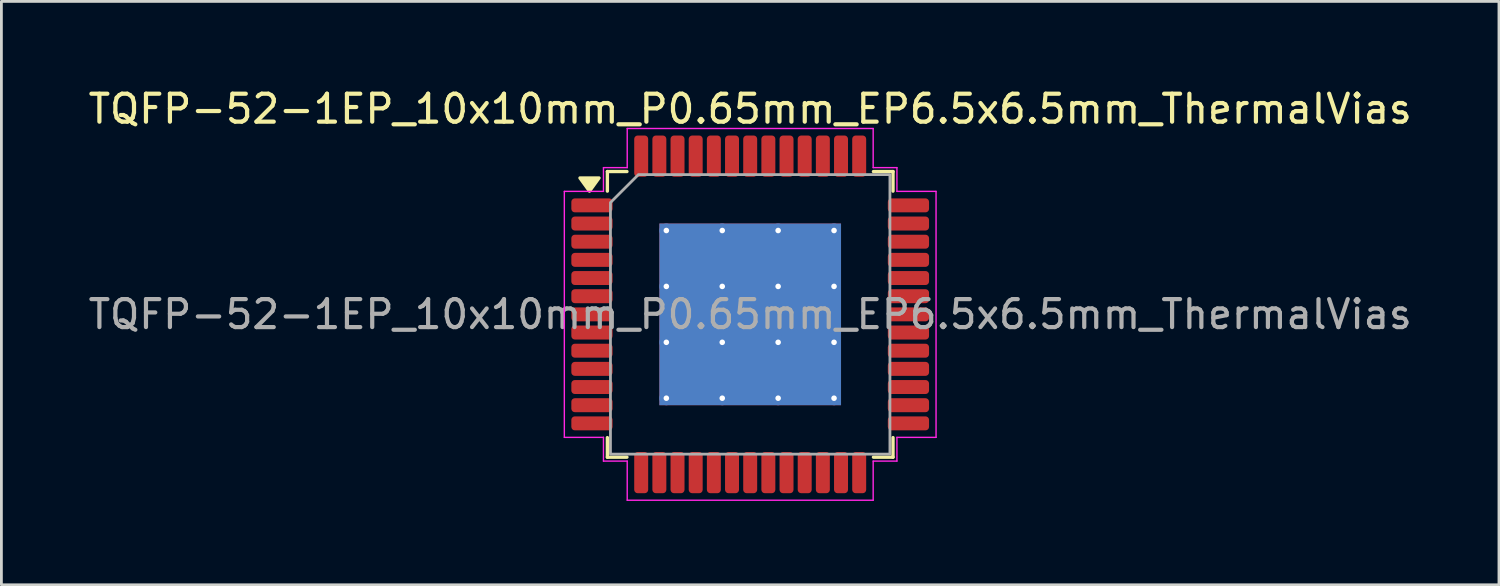
<source format=kicad_pcb>
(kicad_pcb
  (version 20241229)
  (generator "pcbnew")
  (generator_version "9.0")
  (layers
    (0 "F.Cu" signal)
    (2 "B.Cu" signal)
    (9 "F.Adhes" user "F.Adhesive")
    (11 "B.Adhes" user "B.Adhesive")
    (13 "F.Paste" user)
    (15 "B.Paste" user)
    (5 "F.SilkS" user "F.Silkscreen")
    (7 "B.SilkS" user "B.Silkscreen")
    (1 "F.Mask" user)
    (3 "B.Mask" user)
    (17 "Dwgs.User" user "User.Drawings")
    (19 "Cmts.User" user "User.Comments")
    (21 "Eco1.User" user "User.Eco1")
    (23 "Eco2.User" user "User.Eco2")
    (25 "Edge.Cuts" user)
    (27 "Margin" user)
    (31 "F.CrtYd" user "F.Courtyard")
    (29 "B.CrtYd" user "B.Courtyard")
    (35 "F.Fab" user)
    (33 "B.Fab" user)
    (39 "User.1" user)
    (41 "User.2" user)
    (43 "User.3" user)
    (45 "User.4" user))
  (footprint "TQFP-52-1EP_10x10mm_P0.65mm_EP6.5x6.5mm_ThermalVias"
    (layer "F.Cu")
    (at 23.792 8.198)
    (property "Reference" "TQFP-52-1EP_10x10mm_P0.65mm_EP6.5x6.5mm_ThermalVias" (at 0 -7.35 0) (layer "F.SilkS") (effects (font (size 1 1) (thickness 0.15))))
    (attr smd)
    (fp_line (start -5.11 -5.11) (end -4.41 -5.11) (stroke (width 0.12) (type solid)) (layer "F.SilkS"))
    (fp_line (start -5.11 -4.41) (end -5.11 -5.11) (stroke (width 0.12) (type solid)) (layer "F.SilkS"))
    (fp_line (start -5.11 5.11) (end -5.11 4.41) (stroke (width 0.12) (type solid)) (layer "F.SilkS"))
    (fp_line (start -4.41 5.11) (end -5.11 5.11) (stroke (width 0.12) (type solid)) (layer "F.SilkS"))
    (fp_line (start 4.41 -5.11) (end 5.11 -5.11) (stroke (width 0.12) (type solid)) (layer "F.SilkS"))
    (fp_line (start 5.11 -5.11) (end 5.11 -4.41) (stroke (width 0.12) (type solid)) (layer "F.SilkS"))
    (fp_line (start 5.11 4.41) (end 5.11 5.11) (stroke (width 0.12) (type solid)) (layer "F.SilkS"))
    (fp_line (start 5.11 5.11) (end 4.41 5.11) (stroke (width 0.12) (type solid)) (layer "F.SilkS"))
    (fp_poly (pts (xy -5.75 -4.41) (xy -6.09 -4.88) (xy -5.41 -4.88)) (stroke (width 0.12) (type solid)) (fill yes) (layer "F.SilkS"))
    (fp_line (start -6.65 -4.4) (end -5.25 -4.4) (stroke (width 0.05) (type solid)) (layer "F.CrtYd"))
    (fp_line (start -6.65 4.4) (end -6.65 -4.4) (stroke (width 0.05) (type solid)) (layer "F.CrtYd"))
    (fp_line (start -5.25 -5.25) (end -4.4 -5.25) (stroke (width 0.05) (type solid)) (layer "F.CrtYd"))
    (fp_line (start -5.25 -4.4) (end -5.25 -5.25) (stroke (width 0.05) (type solid)) (layer "F.CrtYd"))
    (fp_line (start -5.25 4.4) (end -6.65 4.4) (stroke (width 0.05) (type solid)) (layer "F.CrtYd"))
    (fp_line (start -5.25 5.25) (end -5.25 4.4) (stroke (width 0.05) (type solid)) (layer "F.CrtYd"))
    (fp_line (start -4.4 -6.65) (end 4.4 -6.65) (stroke (width 0.05) (type solid)) (layer "F.CrtYd"))
    (fp_line (start -4.4 -5.25) (end -4.4 -6.65) (stroke (width 0.05) (type solid)) (layer "F.CrtYd"))
    (fp_line (start -4.4 5.25) (end -5.25 5.25) (stroke (width 0.05) (type solid)) (layer "F.CrtYd"))
    (fp_line (start -4.4 6.65) (end -4.4 5.25) (stroke (width 0.05) (type solid)) (layer "F.CrtYd"))
    (fp_line (start 4.4 -6.65) (end 4.4 -5.25) (stroke (width 0.05) (type solid)) (layer "F.CrtYd"))
    (fp_line (start 4.4 -5.25) (end 5.25 -5.25) (stroke (width 0.05) (type solid)) (layer "F.CrtYd"))
    (fp_line (start 4.4 5.25) (end 4.4 6.65) (stroke (width 0.05) (type solid)) (layer "F.CrtYd"))
    (fp_line (start 4.4 6.65) (end -4.4 6.65) (stroke (width 0.05) (type solid)) (layer "F.CrtYd"))
    (fp_line (start 5.25 -5.25) (end 5.25 -4.4) (stroke (width 0.05) (type solid)) (layer "F.CrtYd"))
    (fp_line (start 5.25 -4.4) (end 6.65 -4.4) (stroke (width 0.05) (type solid)) (layer "F.CrtYd"))
    (fp_line (start 5.25 4.4) (end 5.25 5.25) (stroke (width 0.05) (type solid)) (layer "F.CrtYd"))
    (fp_line (start 5.25 5.25) (end 4.4 5.25) (stroke (width 0.05) (type solid)) (layer "F.CrtYd"))
    (fp_line (start 6.65 -4.4) (end 6.65 4.4) (stroke (width 0.05) (type solid)) (layer "F.CrtYd"))
    (fp_line (start 6.65 4.4) (end 5.25 4.4) (stroke (width 0.05) (type solid)) (layer "F.CrtYd"))
    (fp_poly (pts (xy -5 -4) (xy -5 5) (xy 5 5) (xy 5 -5) (xy -4 -5)) (stroke (width 0.1) (type solid)) (fill no) (layer "F.Fab"))
    (fp_text user "${REFERENCE}" (at 0 0 0) (layer "F.Fab") (effects (font (size 1 1) (thickness 0.15))))
    (pad "" smd roundrect (at -2.6 -2.6) (size 1.05 1.05) (layers "F.Paste") (roundrect_rratio 0.238))
    (pad "" smd roundrect (at -2.6 -1.3) (size 1.05 1.05) (layers "F.Paste") (roundrect_rratio 0.238))
    (pad "" smd roundrect (at -2.6 0) (size 1.05 1.05) (layers "F.Paste") (roundrect_rratio 0.238))
    (pad "" smd roundrect (at -2.6 1.3) (size 1.05 1.05) (layers "F.Paste") (roundrect_rratio 0.238))
    (pad "" smd roundrect (at -2.6 2.6) (size 1.05 1.05) (layers "F.Paste") (roundrect_rratio 0.238))
    (pad "" smd roundrect (at -1.3 -2.6) (size 1.05 1.05) (layers "F.Paste") (roundrect_rratio 0.238))
    (pad "" smd roundrect (at -1.3 -1.3) (size 1.05 1.05) (layers "F.Paste") (roundrect_rratio 0.238))
    (pad "" smd roundrect (at -1.3 0) (size 1.05 1.05) (layers "F.Paste") (roundrect_rratio 0.238))
    (pad "" smd roundrect (at -1.3 1.3) (size 1.05 1.05) (layers "F.Paste") (roundrect_rratio 0.238))
    (pad "" smd roundrect (at -1.3 2.6) (size 1.05 1.05) (layers "F.Paste") (roundrect_rratio 0.238))
    (pad "" smd roundrect (at 0 -2.6) (size 1.05 1.05) (layers "F.Paste") (roundrect_rratio 0.238))
    (pad "" smd roundrect (at 0 -1.3) (size 1.05 1.05) (layers "F.Paste") (roundrect_rratio 0.238))
    (pad "" smd roundrect (at 0 0) (size 1.05 1.05) (layers "F.Paste") (roundrect_rratio 0.238))
    (pad "" smd roundrect (at 0 1.3) (size 1.05 1.05) (layers "F.Paste") (roundrect_rratio 0.238))
    (pad "" smd roundrect (at 0 2.6) (size 1.05 1.05) (layers "F.Paste") (roundrect_rratio 0.238))
    (pad "" smd roundrect (at 1.3 -2.6) (size 1.05 1.05) (layers "F.Paste") (roundrect_rratio 0.238))
    (pad "" smd roundrect (at 1.3 -1.3) (size 1.05 1.05) (layers "F.Paste") (roundrect_rratio 0.238))
    (pad "" smd roundrect (at 1.3 0) (size 1.05 1.05) (layers "F.Paste") (roundrect_rratio 0.238))
    (pad "" smd roundrect (at 1.3 1.3) (size 1.05 1.05) (layers "F.Paste") (roundrect_rratio 0.238))
    (pad "" smd roundrect (at 1.3 2.6) (size 1.05 1.05) (layers "F.Paste") (roundrect_rratio 0.238))
    (pad "" smd roundrect (at 2.6 -2.6) (size 1.05 1.05) (layers "F.Paste") (roundrect_rratio 0.238))
    (pad "" smd roundrect (at 2.6 -1.3) (size 1.05 1.05) (layers "F.Paste") (roundrect_rratio 0.238))
    (pad "" smd roundrect (at 2.6 0) (size 1.05 1.05) (layers "F.Paste") (roundrect_rratio 0.238))
    (pad "" smd roundrect (at 2.6 1.3) (size 1.05 1.05) (layers "F.Paste") (roundrect_rratio 0.238))
    (pad "" smd roundrect (at 2.6 2.6) (size 1.05 1.05) (layers "F.Paste") (roundrect_rratio 0.238))
    (pad "1" smd roundrect (at -5.662 -3.9) (size 1.475 0.5) (layers "F.Cu" "F.Mask" "F.Paste") (roundrect_rratio 0.25))
    (pad "2" smd roundrect (at -5.662 -3.25) (size 1.475 0.5) (layers "F.Cu" "F.Mask" "F.Paste") (roundrect_rratio 0.25))
    (pad "3" smd roundrect (at -5.662 -2.6) (size 1.475 0.5) (layers "F.Cu" "F.Mask" "F.Paste") (roundrect_rratio 0.25))
    (pad "4" smd roundrect (at -5.662 -1.95) (size 1.475 0.5) (layers "F.Cu" "F.Mask" "F.Paste") (roundrect_rratio 0.25))
    (pad "5" smd roundrect (at -5.662 -1.3) (size 1.475 0.5) (layers "F.Cu" "F.Mask" "F.Paste") (roundrect_rratio 0.25))
    (pad "6" smd roundrect (at -5.662 -0.65) (size 1.475 0.5) (layers "F.Cu" "F.Mask" "F.Paste") (roundrect_rratio 0.25))
    (pad "7" smd roundrect (at -5.662 0) (size 1.475 0.5) (layers "F.Cu" "F.Mask" "F.Paste") (roundrect_rratio 0.25))
    (pad "8" smd roundrect (at -5.662 0.65) (size 1.475 0.5) (layers "F.Cu" "F.Mask" "F.Paste") (roundrect_rratio 0.25))
    (pad "9" smd roundrect (at -5.662 1.3) (size 1.475 0.5) (layers "F.Cu" "F.Mask" "F.Paste") (roundrect_rratio 0.25))
    (pad "10" smd roundrect (at -5.662 1.95) (size 1.475 0.5) (layers "F.Cu" "F.Mask" "F.Paste") (roundrect_rratio 0.25))
    (pad "11" smd roundrect (at -5.662 2.6) (size 1.475 0.5) (layers "F.Cu" "F.Mask" "F.Paste") (roundrect_rratio 0.25))
    (pad "12" smd roundrect (at -5.662 3.25) (size 1.475 0.5) (layers "F.Cu" "F.Mask" "F.Paste") (roundrect_rratio 0.25))
    (pad "13" smd roundrect (at -5.662 3.9) (size 1.475 0.5) (layers "F.Cu" "F.Mask" "F.Paste") (roundrect_rratio 0.25))
    (pad "14" smd roundrect (at -3.9 5.662) (size 0.5 1.475) (layers "F.Cu" "F.Mask" "F.Paste") (roundrect_rratio 0.25))
    (pad "15" smd roundrect (at -3.25 5.662) (size 0.5 1.475) (layers "F.Cu" "F.Mask" "F.Paste") (roundrect_rratio 0.25))
    (pad "16" smd roundrect (at -2.6 5.662) (size 0.5 1.475) (layers "F.Cu" "F.Mask" "F.Paste") (roundrect_rratio 0.25))
    (pad "17" smd roundrect (at -1.95 5.662) (size 0.5 1.475) (layers "F.Cu" "F.Mask" "F.Paste") (roundrect_rratio 0.25))
    (pad "18" smd roundrect (at -1.3 5.662) (size 0.5 1.475) (layers "F.Cu" "F.Mask" "F.Paste") (roundrect_rratio 0.25))
    (pad "19" smd roundrect (at -0.65 5.662) (size 0.5 1.475) (layers "F.Cu" "F.Mask" "F.Paste") (roundrect_rratio 0.25))
    (pad "20" smd roundrect (at 0 5.662) (size 0.5 1.475) (layers "F.Cu" "F.Mask" "F.Paste") (roundrect_rratio 0.25))
    (pad "21" smd roundrect (at 0.65 5.662) (size 0.5 1.475) (layers "F.Cu" "F.Mask" "F.Paste") (roundrect_rratio 0.25))
    (pad "22" smd roundrect (at 1.3 5.662) (size 0.5 1.475) (layers "F.Cu" "F.Mask" "F.Paste") (roundrect_rratio 0.25))
    (pad "23" smd roundrect (at 1.95 5.662) (size 0.5 1.475) (layers "F.Cu" "F.Mask" "F.Paste") (roundrect_rratio 0.25))
    (pad "24" smd roundrect (at 2.6 5.662) (size 0.5 1.475) (layers "F.Cu" "F.Mask" "F.Paste") (roundrect_rratio 0.25))
    (pad "25" smd roundrect (at 3.25 5.662) (size 0.5 1.475) (layers "F.Cu" "F.Mask" "F.Paste") (roundrect_rratio 0.25))
    (pad "26" smd roundrect (at 3.9 5.662) (size 0.5 1.475) (layers "F.Cu" "F.Mask" "F.Paste") (roundrect_rratio 0.25))
    (pad "27" smd roundrect (at 5.662 3.9) (size 1.475 0.5) (layers "F.Cu" "F.Mask" "F.Paste") (roundrect_rratio 0.25))
    (pad "28" smd roundrect (at 5.662 3.25) (size 1.475 0.5) (layers "F.Cu" "F.Mask" "F.Paste") (roundrect_rratio 0.25))
    (pad "29" smd roundrect (at 5.662 2.6) (size 1.475 0.5) (layers "F.Cu" "F.Mask" "F.Paste") (roundrect_rratio 0.25))
    (pad "30" smd roundrect (at 5.662 1.95) (size 1.475 0.5) (layers "F.Cu" "F.Mask" "F.Paste") (roundrect_rratio 0.25))
    (pad "31" smd roundrect (at 5.662 1.3) (size 1.475 0.5) (layers "F.Cu" "F.Mask" "F.Paste") (roundrect_rratio 0.25))
    (pad "32" smd roundrect (at 5.662 0.65) (size 1.475 0.5) (layers "F.Cu" "F.Mask" "F.Paste") (roundrect_rratio 0.25))
    (pad "33" smd roundrect (at 5.662 0) (size 1.475 0.5) (layers "F.Cu" "F.Mask" "F.Paste") (roundrect_rratio 0.25))
    (pad "34" smd roundrect (at 5.662 -0.65) (size 1.475 0.5) (layers "F.Cu" "F.Mask" "F.Paste") (roundrect_rratio 0.25))
    (pad "35" smd roundrect (at 5.662 -1.3) (size 1.475 0.5) (layers "F.Cu" "F.Mask" "F.Paste") (roundrect_rratio 0.25))
    (pad "36" smd roundrect (at 5.662 -1.95) (size 1.475 0.5) (layers "F.Cu" "F.Mask" "F.Paste") (roundrect_rratio 0.25))
    (pad "37" smd roundrect (at 5.662 -2.6) (size 1.475 0.5) (layers "F.Cu" "F.Mask" "F.Paste") (roundrect_rratio 0.25))
    (pad "38" smd roundrect (at 5.662 -3.25) (size 1.475 0.5) (layers "F.Cu" "F.Mask" "F.Paste") (roundrect_rratio 0.25))
    (pad "39" smd roundrect (at 5.662 -3.9) (size 1.475 0.5) (layers "F.Cu" "F.Mask" "F.Paste") (roundrect_rratio 0.25))
    (pad "40" smd roundrect (at 3.9 -5.662) (size 0.5 1.475) (layers "F.Cu" "F.Mask" "F.Paste") (roundrect_rratio 0.25))
    (pad "41" smd roundrect (at 3.25 -5.662) (size 0.5 1.475) (layers "F.Cu" "F.Mask" "F.Paste") (roundrect_rratio 0.25))
    (pad "42" smd roundrect (at 2.6 -5.662) (size 0.5 1.475) (layers "F.Cu" "F.Mask" "F.Paste") (roundrect_rratio 0.25))
    (pad "43" smd roundrect (at 1.95 -5.662) (size 0.5 1.475) (layers "F.Cu" "F.Mask" "F.Paste") (roundrect_rratio 0.25))
    (pad "44" smd roundrect (at 1.3 -5.662) (size 0.5 1.475) (layers "F.Cu" "F.Mask" "F.Paste") (roundrect_rratio 0.25))
    (pad "45" smd roundrect (at 0.65 -5.662) (size 0.5 1.475) (layers "F.Cu" "F.Mask" "F.Paste") (roundrect_rratio 0.25))
    (pad "46" smd roundrect (at 0 -5.662) (size 0.5 1.475) (layers "F.Cu" "F.Mask" "F.Paste") (roundrect_rratio 0.25))
    (pad "47" smd roundrect (at -0.65 -5.662) (size 0.5 1.475) (layers "F.Cu" "F.Mask" "F.Paste") (roundrect_rratio 0.25))
    (pad "48" smd roundrect (at -1.3 -5.662) (size 0.5 1.475) (layers "F.Cu" "F.Mask" "F.Paste") (roundrect_rratio 0.25))
    (pad "49" smd roundrect (at -1.95 -5.662) (size 0.5 1.475) (layers "F.Cu" "F.Mask" "F.Paste") (roundrect_rratio 0.25))
    (pad "50" smd roundrect (at -2.6 -5.662) (size 0.5 1.475) (layers "F.Cu" "F.Mask" "F.Paste") (roundrect_rratio 0.25))
    (pad "51" smd roundrect (at -3.25 -5.662) (size 0.5 1.475) (layers "F.Cu" "F.Mask" "F.Paste") (roundrect_rratio 0.25))
    (pad "52" smd roundrect (at -3.9 -5.662) (size 0.5 1.475) (layers "F.Cu" "F.Mask" "F.Paste") (roundrect_rratio 0.25))
    (pad "53" thru_hole circle (at -3 -3) (size 0.5 0.5) (drill 0.2) (property pad_prop_heatsink) (layers "*.Cu"))
    (pad "53" thru_hole circle (at -3 -1) (size 0.5 0.5) (drill 0.2) (property pad_prop_heatsink) (layers "*.Cu"))
    (pad "53" thru_hole circle (at -3 1) (size 0.5 0.5) (drill 0.2) (property pad_prop_heatsink) (layers "*.Cu"))
    (pad "53" thru_hole circle (at -3 3) (size 0.5 0.5) (drill 0.2) (property pad_prop_heatsink) (layers "*.Cu"))
    (pad "53" thru_hole circle (at -1 -3) (size 0.5 0.5) (drill 0.2) (property pad_prop_heatsink) (layers "*.Cu"))
    (pad "53" thru_hole circle (at -1 -1) (size 0.5 0.5) (drill 0.2) (property pad_prop_heatsink) (layers "*.Cu"))
    (pad "53" thru_hole circle (at -1 1) (size 0.5 0.5) (drill 0.2) (property pad_prop_heatsink) (layers "*.Cu"))
    (pad "53" thru_hole circle (at -1 3) (size 0.5 0.5) (drill 0.2) (property pad_prop_heatsink) (layers "*.Cu"))
    (pad "53" smd rect (at 0 0) (size 6.5 6.5) (property pad_prop_heatsink) (layers "F.Cu" "F.Mask"))
    (pad "53" smd rect (at 0 0) (size 6.5 6.5) (property pad_prop_heatsink) (layers "B.Cu"))
    (pad "53" thru_hole circle (at 1 -3) (size 0.5 0.5) (drill 0.2) (property pad_prop_heatsink) (layers "*.Cu"))
    (pad "53" thru_hole circle (at 1 -1) (size 0.5 0.5) (drill 0.2) (property pad_prop_heatsink) (layers "*.Cu"))
    (pad "53" thru_hole circle (at 1 1) (size 0.5 0.5) (drill 0.2) (property pad_prop_heatsink) (layers "*.Cu"))
    (pad "53" thru_hole circle (at 1 3) (size 0.5 0.5) (drill 0.2) (property pad_prop_heatsink) (layers "*.Cu"))
    (pad "53" thru_hole circle (at 3 -3) (size 0.5 0.5) (drill 0.2) (property pad_prop_heatsink) (layers "*.Cu"))
    (pad "53" thru_hole circle (at 3 -1) (size 0.5 0.5) (drill 0.2) (property pad_prop_heatsink) (layers "*.Cu"))
    (pad "53" thru_hole circle (at 3 1) (size 0.5 0.5) (drill 0.2) (property pad_prop_heatsink) (layers "*.Cu"))
    (pad "53" thru_hole circle (at 3 3) (size 0.5 0.5) (drill 0.2) (property pad_prop_heatsink) (layers "*.Cu")))
  (gr_rect
    (start -3 -3)
    (end 50.583 17.873)
    (stroke (width 0.1) (type default))
    (fill no)
    (layer "Edge.Cuts")))
</source>
